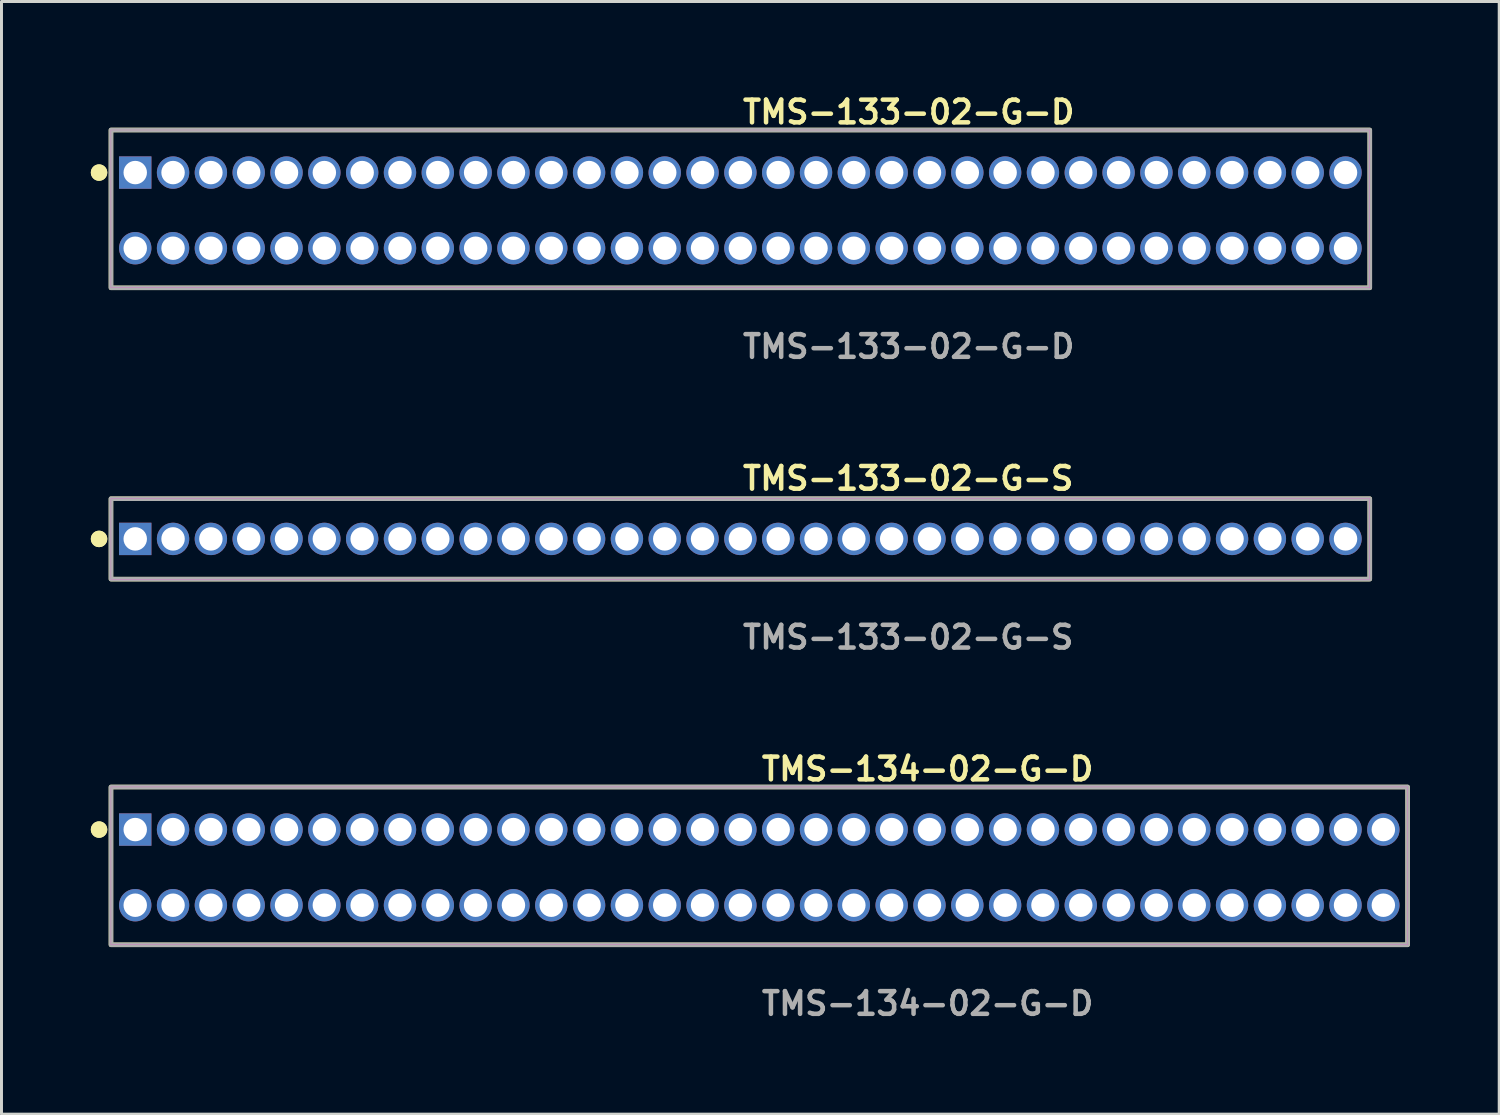
<source format=kicad_pcb>
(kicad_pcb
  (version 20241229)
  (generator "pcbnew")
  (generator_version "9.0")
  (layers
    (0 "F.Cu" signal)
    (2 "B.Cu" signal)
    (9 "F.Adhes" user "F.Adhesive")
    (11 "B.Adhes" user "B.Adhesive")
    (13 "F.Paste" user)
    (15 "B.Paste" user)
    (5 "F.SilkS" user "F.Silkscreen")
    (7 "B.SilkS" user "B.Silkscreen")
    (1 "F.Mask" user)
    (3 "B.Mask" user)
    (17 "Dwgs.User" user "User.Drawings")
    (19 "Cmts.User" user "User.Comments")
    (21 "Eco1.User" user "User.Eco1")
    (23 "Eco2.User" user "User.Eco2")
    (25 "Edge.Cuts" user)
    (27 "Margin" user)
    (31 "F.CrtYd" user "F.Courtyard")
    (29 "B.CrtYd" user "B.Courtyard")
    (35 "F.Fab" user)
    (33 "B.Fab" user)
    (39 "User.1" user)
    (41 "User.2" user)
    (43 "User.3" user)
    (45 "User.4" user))
  (footprint "TMS-133-02-G-S"
    (layer "F.Cu")
    (at 21.811 15.046)
    (property "Reference" "TMS-133-02-G-S" (at 0 -2.032 0) (unlocked yes) (layer "F.SilkS") (effects (font (size 0.762 0.762) (thickness 0.152)) (justify left)))
    (fp_rect (start -21.135 1.35) (end 21.135 -1.35) (stroke (width 0.152) (type solid)) (fill no) (layer "F.SilkS"))
    (fp_circle (center -21.535 0) (end -21.735 0) (stroke (width 0.152) (type solid)) (fill yes) (layer "F.SilkS"))
    (fp_circle (center -21.535 0) (end -21.735 0) (stroke (width 0.152) (type solid)) (fill yes) (layer "F.SilkS"))
    (fp_rect (start -21.135 1.35) (end 21.135 -1.35) (stroke (width 0.006) (type solid)) (fill no) (layer "F.CrtYd"))
    (fp_rect (start -21.135 1.35) (end 21.135 -1.35) (stroke (width 0.152) (type solid)) (fill no) (layer "F.Fab"))
    (fp_text user "${REFERENCE}" (at 0 3.302 0) (unlocked yes) (layer "F.Fab") (effects (font (size 0.762 0.762) (thickness 0.152)) (justify left)))
    (pad "1" thru_hole rect (at -20.32 0) (size 1.087 1.087) (drill 0.787) (layers "*.Cu" "*.Mask"))
    (pad "2" thru_hole circle (at -19.05 0) (size 1.087 1.087) (drill 0.787) (layers "*.Cu" "*.Mask"))
    (pad "3" thru_hole circle (at -17.78 0) (size 1.087 1.087) (drill 0.787) (layers "*.Cu" "*.Mask"))
    (pad "4" thru_hole circle (at -16.51 0) (size 1.087 1.087) (drill 0.787) (layers "*.Cu" "*.Mask"))
    (pad "5" thru_hole circle (at -15.24 0) (size 1.087 1.087) (drill 0.787) (layers "*.Cu" "*.Mask"))
    (pad "6" thru_hole circle (at -13.97 0) (size 1.087 1.087) (drill 0.787) (layers "*.Cu" "*.Mask"))
    (pad "7" thru_hole circle (at -12.7 0) (size 1.087 1.087) (drill 0.787) (layers "*.Cu" "*.Mask"))
    (pad "8" thru_hole circle (at -11.43 0) (size 1.087 1.087) (drill 0.787) (layers "*.Cu" "*.Mask"))
    (pad "9" thru_hole circle (at -10.16 0) (size 1.087 1.087) (drill 0.787) (layers "*.Cu" "*.Mask"))
    (pad "10" thru_hole circle (at -8.89 0) (size 1.087 1.087) (drill 0.787) (layers "*.Cu" "*.Mask"))
    (pad "11" thru_hole circle (at -7.62 0) (size 1.087 1.087) (drill 0.787) (layers "*.Cu" "*.Mask"))
    (pad "12" thru_hole circle (at -6.35 0) (size 1.087 1.087) (drill 0.787) (layers "*.Cu" "*.Mask"))
    (pad "13" thru_hole circle (at -5.08 0) (size 1.087 1.087) (drill 0.787) (layers "*.Cu" "*.Mask"))
    (pad "14" thru_hole circle (at -3.81 0) (size 1.087 1.087) (drill 0.787) (layers "*.Cu" "*.Mask"))
    (pad "15" thru_hole circle (at -2.54 0) (size 1.087 1.087) (drill 0.787) (layers "*.Cu" "*.Mask"))
    (pad "16" thru_hole circle (at -1.27 0) (size 1.087 1.087) (drill 0.787) (layers "*.Cu" "*.Mask"))
    (pad "17" thru_hole circle (at 0 0) (size 1.087 1.087) (drill 0.787) (layers "*.Cu" "*.Mask"))
    (pad "18" thru_hole circle (at 1.27 0) (size 1.087 1.087) (drill 0.787) (layers "*.Cu" "*.Mask"))
    (pad "19" thru_hole circle (at 2.54 0) (size 1.087 1.087) (drill 0.787) (layers "*.Cu" "*.Mask"))
    (pad "20" thru_hole circle (at 3.81 0) (size 1.087 1.087) (drill 0.787) (layers "*.Cu" "*.Mask"))
    (pad "21" thru_hole circle (at 5.08 0) (size 1.087 1.087) (drill 0.787) (layers "*.Cu" "*.Mask"))
    (pad "22" thru_hole circle (at 6.35 0) (size 1.087 1.087) (drill 0.787) (layers "*.Cu" "*.Mask"))
    (pad "23" thru_hole circle (at 7.62 0) (size 1.087 1.087) (drill 0.787) (layers "*.Cu" "*.Mask"))
    (pad "24" thru_hole circle (at 8.89 0) (size 1.087 1.087) (drill 0.787) (layers "*.Cu" "*.Mask"))
    (pad "25" thru_hole circle (at 10.16 0) (size 1.087 1.087) (drill 0.787) (layers "*.Cu" "*.Mask"))
    (pad "26" thru_hole circle (at 11.43 0) (size 1.087 1.087) (drill 0.787) (layers "*.Cu" "*.Mask"))
    (pad "27" thru_hole circle (at 12.7 0) (size 1.087 1.087) (drill 0.787) (layers "*.Cu" "*.Mask"))
    (pad "28" thru_hole circle (at 13.97 0) (size 1.087 1.087) (drill 0.787) (layers "*.Cu" "*.Mask"))
    (pad "29" thru_hole circle (at 15.24 0) (size 1.087 1.087) (drill 0.787) (layers "*.Cu" "*.Mask"))
    (pad "30" thru_hole circle (at 16.51 0) (size 1.087 1.087) (drill 0.787) (layers "*.Cu" "*.Mask"))
    (pad "31" thru_hole circle (at 17.78 0) (size 1.087 1.087) (drill 0.787) (layers "*.Cu" "*.Mask"))
    (pad "32" thru_hole circle (at 19.05 0) (size 1.087 1.087) (drill 0.787) (layers "*.Cu" "*.Mask"))
    (pad "33" thru_hole circle (at 20.32 0) (size 1.087 1.087) (drill 0.787) (layers "*.Cu" "*.Mask")))
  (footprint "TMS-133-02-G-D"
    (layer "F.Cu")
    (at 21.811 4.015)
    (property "Reference" "TMS-133-02-G-D" (at 0 -3.302 0) (unlocked yes) (layer "F.SilkS") (effects (font (size 0.762 0.762) (thickness 0.152)) (justify left)))
    (fp_rect (start -21.135 2.6) (end 21.135 -2.7) (stroke (width 0.152) (type solid)) (fill no) (layer "F.SilkS"))
    (fp_circle (center -21.535 -1.27) (end -21.735 -1.27) (stroke (width 0.152) (type solid)) (fill yes) (layer "F.SilkS"))
    (fp_circle (center -21.535 -1.27) (end -21.735 -1.27) (stroke (width 0.152) (type solid)) (fill yes) (layer "F.SilkS"))
    (fp_rect (start -21.135 2.6) (end 21.135 -2.7) (stroke (width 0.006) (type solid)) (fill no) (layer "F.CrtYd"))
    (fp_rect (start -21.135 2.6) (end 21.135 -2.7) (stroke (width 0.152) (type solid)) (fill no) (layer "F.Fab"))
    (fp_text user "${REFERENCE}" (at 0 4.572 0) (unlocked yes) (layer "F.Fab") (effects (font (size 0.762 0.762) (thickness 0.152)) (justify left)))
    (pad "1" thru_hole rect (at -20.32 -1.27) (size 1.087 1.087) (drill 0.787) (layers "*.Cu" "*.Mask"))
    (pad "2" thru_hole circle (at -20.32 1.27) (size 1.087 1.087) (drill 0.787) (layers "*.Cu" "*.Mask"))
    (pad "3" thru_hole circle (at -19.05 -1.27) (size 1.087 1.087) (drill 0.787) (layers "*.Cu" "*.Mask"))
    (pad "4" thru_hole circle (at -19.05 1.27) (size 1.087 1.087) (drill 0.787) (layers "*.Cu" "*.Mask"))
    (pad "5" thru_hole circle (at -17.78 -1.27) (size 1.087 1.087) (drill 0.787) (layers "*.Cu" "*.Mask"))
    (pad "6" thru_hole circle (at -17.78 1.27) (size 1.087 1.087) (drill 0.787) (layers "*.Cu" "*.Mask"))
    (pad "7" thru_hole circle (at -16.51 -1.27) (size 1.087 1.087) (drill 0.787) (layers "*.Cu" "*.Mask"))
    (pad "8" thru_hole circle (at -16.51 1.27) (size 1.087 1.087) (drill 0.787) (layers "*.Cu" "*.Mask"))
    (pad "9" thru_hole circle (at -15.24 -1.27) (size 1.087 1.087) (drill 0.787) (layers "*.Cu" "*.Mask"))
    (pad "10" thru_hole circle (at -15.24 1.27) (size 1.087 1.087) (drill 0.787) (layers "*.Cu" "*.Mask"))
    (pad "11" thru_hole circle (at -13.97 -1.27) (size 1.087 1.087) (drill 0.787) (layers "*.Cu" "*.Mask"))
    (pad "12" thru_hole circle (at -13.97 1.27) (size 1.087 1.087) (drill 0.787) (layers "*.Cu" "*.Mask"))
    (pad "13" thru_hole circle (at -12.7 -1.27) (size 1.087 1.087) (drill 0.787) (layers "*.Cu" "*.Mask"))
    (pad "14" thru_hole circle (at -12.7 1.27) (size 1.087 1.087) (drill 0.787) (layers "*.Cu" "*.Mask"))
    (pad "15" thru_hole circle (at -11.43 -1.27) (size 1.087 1.087) (drill 0.787) (layers "*.Cu" "*.Mask"))
    (pad "16" thru_hole circle (at -11.43 1.27) (size 1.087 1.087) (drill 0.787) (layers "*.Cu" "*.Mask"))
    (pad "17" thru_hole circle (at -10.16 -1.27) (size 1.087 1.087) (drill 0.787) (layers "*.Cu" "*.Mask"))
    (pad "18" thru_hole circle (at -10.16 1.27) (size 1.087 1.087) (drill 0.787) (layers "*.Cu" "*.Mask"))
    (pad "19" thru_hole circle (at -8.89 -1.27) (size 1.087 1.087) (drill 0.787) (layers "*.Cu" "*.Mask"))
    (pad "20" thru_hole circle (at -8.89 1.27) (size 1.087 1.087) (drill 0.787) (layers "*.Cu" "*.Mask"))
    (pad "21" thru_hole circle (at -7.62 -1.27) (size 1.087 1.087) (drill 0.787) (layers "*.Cu" "*.Mask"))
    (pad "22" thru_hole circle (at -7.62 1.27) (size 1.087 1.087) (drill 0.787) (layers "*.Cu" "*.Mask"))
    (pad "23" thru_hole circle (at -6.35 -1.27) (size 1.087 1.087) (drill 0.787) (layers "*.Cu" "*.Mask"))
    (pad "24" thru_hole circle (at -6.35 1.27) (size 1.087 1.087) (drill 0.787) (layers "*.Cu" "*.Mask"))
    (pad "25" thru_hole circle (at -5.08 -1.27) (size 1.087 1.087) (drill 0.787) (layers "*.Cu" "*.Mask"))
    (pad "26" thru_hole circle (at -5.08 1.27) (size 1.087 1.087) (drill 0.787) (layers "*.Cu" "*.Mask"))
    (pad "27" thru_hole circle (at -3.81 -1.27) (size 1.087 1.087) (drill 0.787) (layers "*.Cu" "*.Mask"))
    (pad "28" thru_hole circle (at -3.81 1.27) (size 1.087 1.087) (drill 0.787) (layers "*.Cu" "*.Mask"))
    (pad "29" thru_hole circle (at -2.54 -1.27) (size 1.087 1.087) (drill 0.787) (layers "*.Cu" "*.Mask"))
    (pad "30" thru_hole circle (at -2.54 1.27) (size 1.087 1.087) (drill 0.787) (layers "*.Cu" "*.Mask"))
    (pad "31" thru_hole circle (at -1.27 -1.27) (size 1.087 1.087) (drill 0.787) (layers "*.Cu" "*.Mask"))
    (pad "32" thru_hole circle (at -1.27 1.27) (size 1.087 1.087) (drill 0.787) (layers "*.Cu" "*.Mask"))
    (pad "33" thru_hole circle (at 0 -1.27) (size 1.087 1.087) (drill 0.787) (layers "*.Cu" "*.Mask"))
    (pad "34" thru_hole circle (at 0 1.27) (size 1.087 1.087) (drill 0.787) (layers "*.Cu" "*.Mask"))
    (pad "35" thru_hole circle (at 1.27 -1.27) (size 1.087 1.087) (drill 0.787) (layers "*.Cu" "*.Mask"))
    (pad "36" thru_hole circle (at 1.27 1.27) (size 1.087 1.087) (drill 0.787) (layers "*.Cu" "*.Mask"))
    (pad "37" thru_hole circle (at 2.54 -1.27) (size 1.087 1.087) (drill 0.787) (layers "*.Cu" "*.Mask"))
    (pad "38" thru_hole circle (at 2.54 1.27) (size 1.087 1.087) (drill 0.787) (layers "*.Cu" "*.Mask"))
    (pad "39" thru_hole circle (at 3.81 -1.27) (size 1.087 1.087) (drill 0.787) (layers "*.Cu" "*.Mask"))
    (pad "40" thru_hole circle (at 3.81 1.27) (size 1.087 1.087) (drill 0.787) (layers "*.Cu" "*.Mask"))
    (pad "41" thru_hole circle (at 5.08 -1.27) (size 1.087 1.087) (drill 0.787) (layers "*.Cu" "*.Mask"))
    (pad "42" thru_hole circle (at 5.08 1.27) (size 1.087 1.087) (drill 0.787) (layers "*.Cu" "*.Mask"))
    (pad "43" thru_hole circle (at 6.35 -1.27) (size 1.087 1.087) (drill 0.787) (layers "*.Cu" "*.Mask"))
    (pad "44" thru_hole circle (at 6.35 1.27) (size 1.087 1.087) (drill 0.787) (layers "*.Cu" "*.Mask"))
    (pad "45" thru_hole circle (at 7.62 -1.27) (size 1.087 1.087) (drill 0.787) (layers "*.Cu" "*.Mask"))
    (pad "46" thru_hole circle (at 7.62 1.27) (size 1.087 1.087) (drill 0.787) (layers "*.Cu" "*.Mask"))
    (pad "47" thru_hole circle (at 8.89 -1.27) (size 1.087 1.087) (drill 0.787) (layers "*.Cu" "*.Mask"))
    (pad "48" thru_hole circle (at 8.89 1.27) (size 1.087 1.087) (drill 0.787) (layers "*.Cu" "*.Mask"))
    (pad "49" thru_hole circle (at 10.16 -1.27) (size 1.087 1.087) (drill 0.787) (layers "*.Cu" "*.Mask"))
    (pad "50" thru_hole circle (at 10.16 1.27) (size 1.087 1.087) (drill 0.787) (layers "*.Cu" "*.Mask"))
    (pad "51" thru_hole circle (at 11.43 -1.27) (size 1.087 1.087) (drill 0.787) (layers "*.Cu" "*.Mask"))
    (pad "52" thru_hole circle (at 11.43 1.27) (size 1.087 1.087) (drill 0.787) (layers "*.Cu" "*.Mask"))
    (pad "53" thru_hole circle (at 12.7 -1.27) (size 1.087 1.087) (drill 0.787) (layers "*.Cu" "*.Mask"))
    (pad "54" thru_hole circle (at 12.7 1.27) (size 1.087 1.087) (drill 0.787) (layers "*.Cu" "*.Mask"))
    (pad "55" thru_hole circle (at 13.97 -1.27) (size 1.087 1.087) (drill 0.787) (layers "*.Cu" "*.Mask"))
    (pad "56" thru_hole circle (at 13.97 1.27) (size 1.087 1.087) (drill 0.787) (layers "*.Cu" "*.Mask"))
    (pad "57" thru_hole circle (at 15.24 -1.27) (size 1.087 1.087) (drill 0.787) (layers "*.Cu" "*.Mask"))
    (pad "58" thru_hole circle (at 15.24 1.27) (size 1.087 1.087) (drill 0.787) (layers "*.Cu" "*.Mask"))
    (pad "59" thru_hole circle (at 16.51 -1.27) (size 1.087 1.087) (drill 0.787) (layers "*.Cu" "*.Mask"))
    (pad "60" thru_hole circle (at 16.51 1.27) (size 1.087 1.087) (drill 0.787) (layers "*.Cu" "*.Mask"))
    (pad "61" thru_hole circle (at 17.78 -1.27) (size 1.087 1.087) (drill 0.787) (layers "*.Cu" "*.Mask"))
    (pad "62" thru_hole circle (at 17.78 1.27) (size 1.087 1.087) (drill 0.787) (layers "*.Cu" "*.Mask"))
    (pad "63" thru_hole circle (at 19.05 -1.27) (size 1.087 1.087) (drill 0.787) (layers "*.Cu" "*.Mask"))
    (pad "64" thru_hole circle (at 19.05 1.27) (size 1.087 1.087) (drill 0.787) (layers "*.Cu" "*.Mask"))
    (pad "65" thru_hole circle (at 20.32 -1.27) (size 1.087 1.087) (drill 0.787) (layers "*.Cu" "*.Mask"))
    (pad "66" thru_hole circle (at 20.32 1.27) (size 1.087 1.087) (drill 0.787) (layers "*.Cu" "*.Mask")))
  (footprint "TMS-134-02-G-D"
    (layer "F.Cu")
    (at 22.446 26.076)
    (property "Reference" "TMS-134-02-G-D" (at 0 -3.302 0) (unlocked yes) (layer "F.SilkS") (effects (font (size 0.762 0.762) (thickness 0.152)) (justify left)))
    (fp_rect (start -21.77 2.6) (end 21.77 -2.7) (stroke (width 0.152) (type solid)) (fill no) (layer "F.SilkS"))
    (fp_circle (center -22.17 -1.27) (end -22.37 -1.27) (stroke (width 0.152) (type solid)) (fill yes) (layer "F.SilkS"))
    (fp_circle (center -22.17 -1.27) (end -22.37 -1.27) (stroke (width 0.152) (type solid)) (fill yes) (layer "F.SilkS"))
    (fp_rect (start -21.77 2.6) (end 21.77 -2.7) (stroke (width 0.006) (type solid)) (fill no) (layer "F.CrtYd"))
    (fp_rect (start -21.77 2.6) (end 21.77 -2.7) (stroke (width 0.152) (type solid)) (fill no) (layer "F.Fab"))
    (fp_text user "${REFERENCE}" (at 0 4.572 0) (unlocked yes) (layer "F.Fab") (effects (font (size 0.762 0.762) (thickness 0.152)) (justify left)))
    (pad "1" thru_hole rect (at -20.955 -1.27) (size 1.087 1.087) (drill 0.787) (layers "*.Cu" "*.Mask"))
    (pad "2" thru_hole circle (at -20.955 1.27) (size 1.087 1.087) (drill 0.787) (layers "*.Cu" "*.Mask"))
    (pad "3" thru_hole circle (at -19.685 -1.27) (size 1.087 1.087) (drill 0.787) (layers "*.Cu" "*.Mask"))
    (pad "4" thru_hole circle (at -19.685 1.27) (size 1.087 1.087) (drill 0.787) (layers "*.Cu" "*.Mask"))
    (pad "5" thru_hole circle (at -18.415 -1.27) (size 1.087 1.087) (drill 0.787) (layers "*.Cu" "*.Mask"))
    (pad "6" thru_hole circle (at -18.415 1.27) (size 1.087 1.087) (drill 0.787) (layers "*.Cu" "*.Mask"))
    (pad "7" thru_hole circle (at -17.145 -1.27) (size 1.087 1.087) (drill 0.787) (layers "*.Cu" "*.Mask"))
    (pad "8" thru_hole circle (at -17.145 1.27) (size 1.087 1.087) (drill 0.787) (layers "*.Cu" "*.Mask"))
    (pad "9" thru_hole circle (at -15.875 -1.27) (size 1.087 1.087) (drill 0.787) (layers "*.Cu" "*.Mask"))
    (pad "10" thru_hole circle (at -15.875 1.27) (size 1.087 1.087) (drill 0.787) (layers "*.Cu" "*.Mask"))
    (pad "11" thru_hole circle (at -14.605 -1.27) (size 1.087 1.087) (drill 0.787) (layers "*.Cu" "*.Mask"))
    (pad "12" thru_hole circle (at -14.605 1.27) (size 1.087 1.087) (drill 0.787) (layers "*.Cu" "*.Mask"))
    (pad "13" thru_hole circle (at -13.335 -1.27) (size 1.087 1.087) (drill 0.787) (layers "*.Cu" "*.Mask"))
    (pad "14" thru_hole circle (at -13.335 1.27) (size 1.087 1.087) (drill 0.787) (layers "*.Cu" "*.Mask"))
    (pad "15" thru_hole circle (at -12.065 -1.27) (size 1.087 1.087) (drill 0.787) (layers "*.Cu" "*.Mask"))
    (pad "16" thru_hole circle (at -12.065 1.27) (size 1.087 1.087) (drill 0.787) (layers "*.Cu" "*.Mask"))
    (pad "17" thru_hole circle (at -10.795 -1.27) (size 1.087 1.087) (drill 0.787) (layers "*.Cu" "*.Mask"))
    (pad "18" thru_hole circle (at -10.795 1.27) (size 1.087 1.087) (drill 0.787) (layers "*.Cu" "*.Mask"))
    (pad "19" thru_hole circle (at -9.525 -1.27) (size 1.087 1.087) (drill 0.787) (layers "*.Cu" "*.Mask"))
    (pad "20" thru_hole circle (at -9.525 1.27) (size 1.087 1.087) (drill 0.787) (layers "*.Cu" "*.Mask"))
    (pad "21" thru_hole circle (at -8.255 -1.27) (size 1.087 1.087) (drill 0.787) (layers "*.Cu" "*.Mask"))
    (pad "22" thru_hole circle (at -8.255 1.27) (size 1.087 1.087) (drill 0.787) (layers "*.Cu" "*.Mask"))
    (pad "23" thru_hole circle (at -6.985 -1.27) (size 1.087 1.087) (drill 0.787) (layers "*.Cu" "*.Mask"))
    (pad "24" thru_hole circle (at -6.985 1.27) (size 1.087 1.087) (drill 0.787) (layers "*.Cu" "*.Mask"))
    (pad "25" thru_hole circle (at -5.715 -1.27) (size 1.087 1.087) (drill 0.787) (layers "*.Cu" "*.Mask"))
    (pad "26" thru_hole circle (at -5.715 1.27) (size 1.087 1.087) (drill 0.787) (layers "*.Cu" "*.Mask"))
    (pad "27" thru_hole circle (at -4.445 -1.27) (size 1.087 1.087) (drill 0.787) (layers "*.Cu" "*.Mask"))
    (pad "28" thru_hole circle (at -4.445 1.27) (size 1.087 1.087) (drill 0.787) (layers "*.Cu" "*.Mask"))
    (pad "29" thru_hole circle (at -3.175 -1.27) (size 1.087 1.087) (drill 0.787) (layers "*.Cu" "*.Mask"))
    (pad "30" thru_hole circle (at -3.175 1.27) (size 1.087 1.087) (drill 0.787) (layers "*.Cu" "*.Mask"))
    (pad "31" thru_hole circle (at -1.905 -1.27) (size 1.087 1.087) (drill 0.787) (layers "*.Cu" "*.Mask"))
    (pad "32" thru_hole circle (at -1.905 1.27) (size 1.087 1.087) (drill 0.787) (layers "*.Cu" "*.Mask"))
    (pad "33" thru_hole circle (at -0.635 -1.27) (size 1.087 1.087) (drill 0.787) (layers "*.Cu" "*.Mask"))
    (pad "34" thru_hole circle (at -0.635 1.27) (size 1.087 1.087) (drill 0.787) (layers "*.Cu" "*.Mask"))
    (pad "35" thru_hole circle (at 0.635 -1.27) (size 1.087 1.087) (drill 0.787) (layers "*.Cu" "*.Mask"))
    (pad "36" thru_hole circle (at 0.635 1.27) (size 1.087 1.087) (drill 0.787) (layers "*.Cu" "*.Mask"))
    (pad "37" thru_hole circle (at 1.905 -1.27) (size 1.087 1.087) (drill 0.787) (layers "*.Cu" "*.Mask"))
    (pad "38" thru_hole circle (at 1.905 1.27) (size 1.087 1.087) (drill 0.787) (layers "*.Cu" "*.Mask"))
    (pad "39" thru_hole circle (at 3.175 -1.27) (size 1.087 1.087) (drill 0.787) (layers "*.Cu" "*.Mask"))
    (pad "40" thru_hole circle (at 3.175 1.27) (size 1.087 1.087) (drill 0.787) (layers "*.Cu" "*.Mask"))
    (pad "41" thru_hole circle (at 4.445 -1.27) (size 1.087 1.087) (drill 0.787) (layers "*.Cu" "*.Mask"))
    (pad "42" thru_hole circle (at 4.445 1.27) (size 1.087 1.087) (drill 0.787) (layers "*.Cu" "*.Mask"))
    (pad "43" thru_hole circle (at 5.715 -1.27) (size 1.087 1.087) (drill 0.787) (layers "*.Cu" "*.Mask"))
    (pad "44" thru_hole circle (at 5.715 1.27) (size 1.087 1.087) (drill 0.787) (layers "*.Cu" "*.Mask"))
    (pad "45" thru_hole circle (at 6.985 -1.27) (size 1.087 1.087) (drill 0.787) (layers "*.Cu" "*.Mask"))
    (pad "46" thru_hole circle (at 6.985 1.27) (size 1.087 1.087) (drill 0.787) (layers "*.Cu" "*.Mask"))
    (pad "47" thru_hole circle (at 8.255 -1.27) (size 1.087 1.087) (drill 0.787) (layers "*.Cu" "*.Mask"))
    (pad "48" thru_hole circle (at 8.255 1.27) (size 1.087 1.087) (drill 0.787) (layers "*.Cu" "*.Mask"))
    (pad "49" thru_hole circle (at 9.525 -1.27) (size 1.087 1.087) (drill 0.787) (layers "*.Cu" "*.Mask"))
    (pad "50" thru_hole circle (at 9.525 1.27) (size 1.087 1.087) (drill 0.787) (layers "*.Cu" "*.Mask"))
    (pad "51" thru_hole circle (at 10.795 -1.27) (size 1.087 1.087) (drill 0.787) (layers "*.Cu" "*.Mask"))
    (pad "52" thru_hole circle (at 10.795 1.27) (size 1.087 1.087) (drill 0.787) (layers "*.Cu" "*.Mask"))
    (pad "53" thru_hole circle (at 12.065 -1.27) (size 1.087 1.087) (drill 0.787) (layers "*.Cu" "*.Mask"))
    (pad "54" thru_hole circle (at 12.065 1.27) (size 1.087 1.087) (drill 0.787) (layers "*.Cu" "*.Mask"))
    (pad "55" thru_hole circle (at 13.335 -1.27) (size 1.087 1.087) (drill 0.787) (layers "*.Cu" "*.Mask"))
    (pad "56" thru_hole circle (at 13.335 1.27) (size 1.087 1.087) (drill 0.787) (layers "*.Cu" "*.Mask"))
    (pad "57" thru_hole circle (at 14.605 -1.27) (size 1.087 1.087) (drill 0.787) (layers "*.Cu" "*.Mask"))
    (pad "58" thru_hole circle (at 14.605 1.27) (size 1.087 1.087) (drill 0.787) (layers "*.Cu" "*.Mask"))
    (pad "59" thru_hole circle (at 15.875 -1.27) (size 1.087 1.087) (drill 0.787) (layers "*.Cu" "*.Mask"))
    (pad "60" thru_hole circle (at 15.875 1.27) (size 1.087 1.087) (drill 0.787) (layers "*.Cu" "*.Mask"))
    (pad "61" thru_hole circle (at 17.145 -1.27) (size 1.087 1.087) (drill 0.787) (layers "*.Cu" "*.Mask"))
    (pad "62" thru_hole circle (at 17.145 1.27) (size 1.087 1.087) (drill 0.787) (layers "*.Cu" "*.Mask"))
    (pad "63" thru_hole circle (at 18.415 -1.27) (size 1.087 1.087) (drill 0.787) (layers "*.Cu" "*.Mask"))
    (pad "64" thru_hole circle (at 18.415 1.27) (size 1.087 1.087) (drill 0.787) (layers "*.Cu" "*.Mask"))
    (pad "65" thru_hole circle (at 19.685 -1.27) (size 1.087 1.087) (drill 0.787) (layers "*.Cu" "*.Mask"))
    (pad "66" thru_hole circle (at 19.685 1.27) (size 1.087 1.087) (drill 0.787) (layers "*.Cu" "*.Mask"))
    (pad "67" thru_hole circle (at 20.955 -1.27) (size 1.087 1.087) (drill 0.787) (layers "*.Cu" "*.Mask"))
    (pad "68" thru_hole circle (at 20.955 1.27) (size 1.087 1.087) (drill 0.787) (layers "*.Cu" "*.Mask")))
  (gr_rect
    (start -3 -3)
    (end 47.292 34.361)
    (stroke (width 0.1) (type default))
    (fill no)
    (layer "Edge.Cuts")))
</source>
